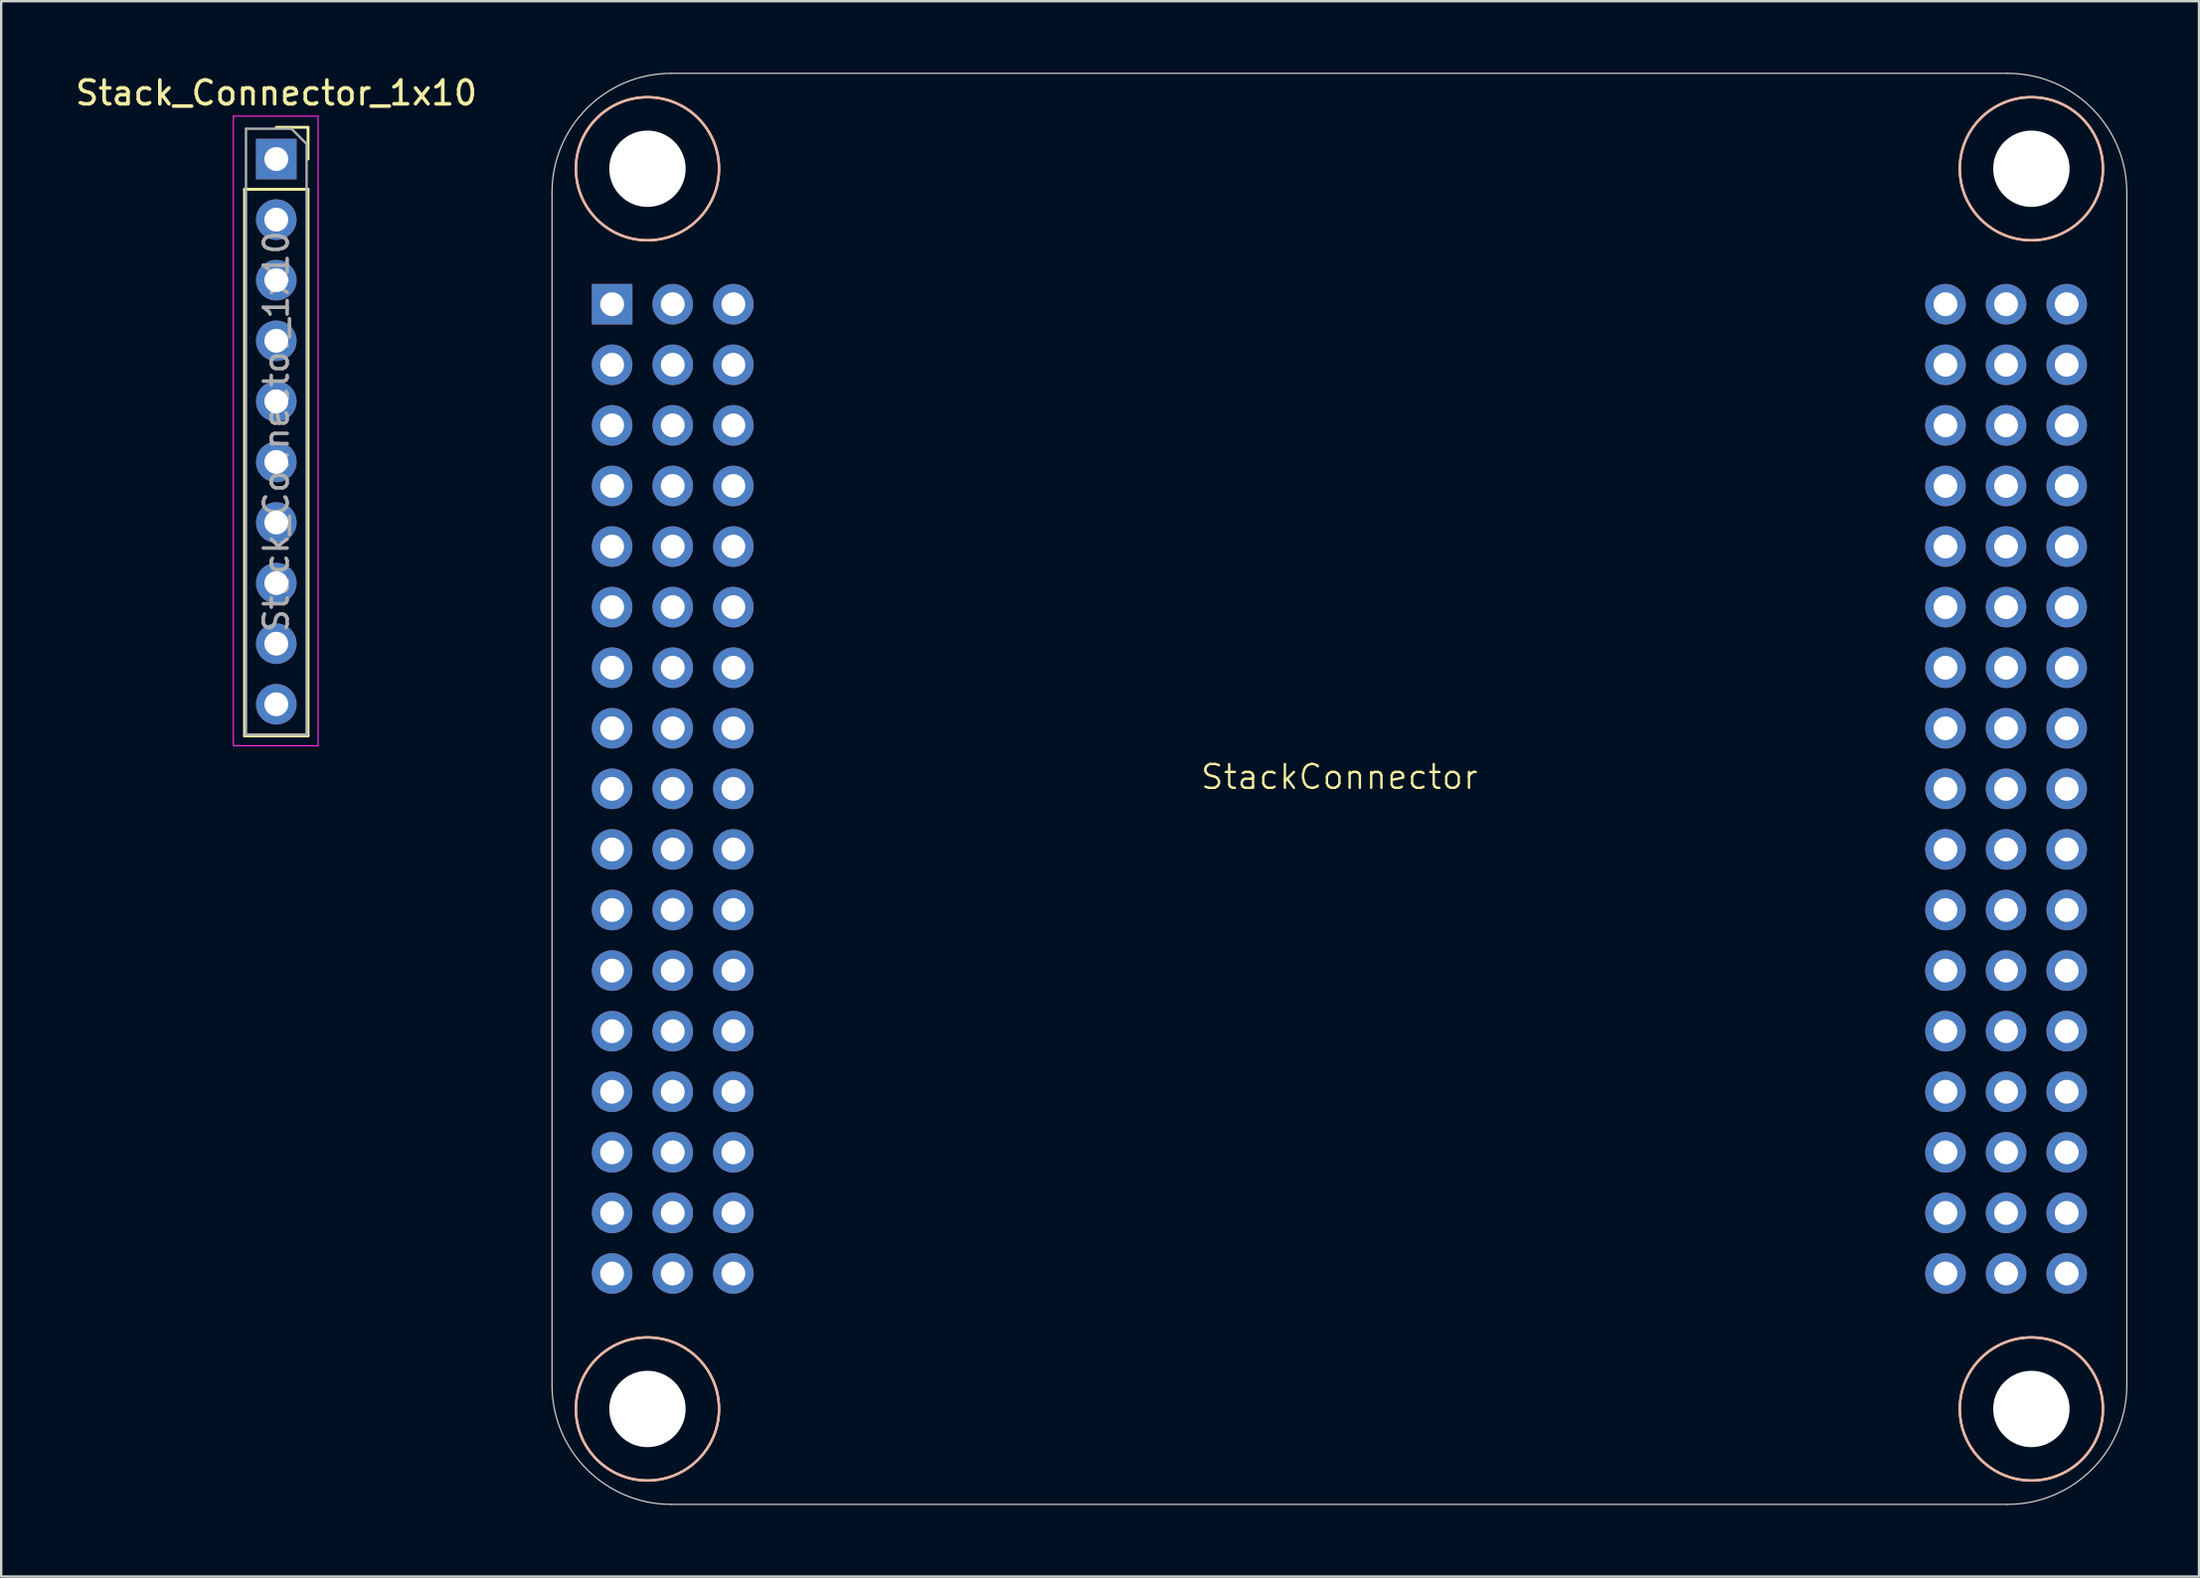
<source format=kicad_pcb>
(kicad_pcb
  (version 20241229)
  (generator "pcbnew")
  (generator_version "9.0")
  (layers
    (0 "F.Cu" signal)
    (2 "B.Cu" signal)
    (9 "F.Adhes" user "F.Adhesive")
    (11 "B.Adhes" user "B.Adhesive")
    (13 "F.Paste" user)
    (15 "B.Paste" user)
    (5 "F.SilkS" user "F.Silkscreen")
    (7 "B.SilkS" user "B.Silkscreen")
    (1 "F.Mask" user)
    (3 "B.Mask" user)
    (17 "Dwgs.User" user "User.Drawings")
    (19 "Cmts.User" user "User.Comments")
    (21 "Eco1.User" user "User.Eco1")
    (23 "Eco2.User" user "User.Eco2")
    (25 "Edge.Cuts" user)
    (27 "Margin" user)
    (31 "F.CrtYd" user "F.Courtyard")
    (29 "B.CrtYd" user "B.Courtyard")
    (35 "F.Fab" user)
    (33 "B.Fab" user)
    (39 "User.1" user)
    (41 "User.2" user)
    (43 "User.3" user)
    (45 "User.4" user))
  (footprint "StackConnector"
    (layer "F.Cu")
    (at 53.085 30.025)
    (property "Reference" "StackConnector" (at 0 -0.5 0) (unlocked yes) (layer "F.SilkS") (effects (font (size 1 1) (thickness 0.1))))
    (attr smd)
    (fp_circle (center -29 -26) (end -26 -26) (stroke (width 0.1) (type default)) (fill no) (layer "F.SilkS"))
    (fp_circle (center -29 26) (end -26 26) (stroke (width 0.1) (type default)) (fill no) (layer "F.SilkS"))
    (fp_circle (center 29 -26) (end 32 -26) (stroke (width 0.1) (type default)) (fill no) (layer "F.SilkS"))
    (fp_circle (center 29 26) (end 32 26) (stroke (width 0.1) (type default)) (fill no) (layer "F.SilkS"))
    (fp_circle (center -29 -26) (end -32 -26) (stroke (width 0.1) (type default)) (fill no) (layer "B.SilkS"))
    (fp_circle (center -29 26) (end -32 26) (stroke (width 0.1) (type default)) (fill no) (layer "B.SilkS"))
    (fp_circle (center 29 -26) (end 26 -26) (stroke (width 0.1) (type default)) (fill no) (layer "B.SilkS"))
    (fp_circle (center 29 26) (end 26 26) (stroke (width 0.1) (type default)) (fill no) (layer "B.SilkS"))
    (fp_line (start -33 25) (end -33 -25) (stroke (width 0.05) (type default)) (layer "Edge.Cuts"))
    (fp_line (start -28 -30) (end 28 -30) (stroke (width 0.05) (type default)) (layer "Edge.Cuts"))
    (fp_line (start 28 30) (end -28 30) (stroke (width 0.05) (type default)) (layer "Edge.Cuts"))
    (fp_line (start 33 -25) (end 33 25) (stroke (width 0.05) (type default)) (layer "Edge.Cuts"))
    (fp_arc (start -33 -25) (mid -31.535534 -28.535534) (end -28 -30) (stroke (width 0.05) (type default)) (layer "Edge.Cuts"))
    (fp_arc (start -28 30) (mid -31.535534 28.535534) (end -33 25) (stroke (width 0.05) (type default)) (layer "Edge.Cuts"))
    (fp_arc (start 28 -30) (mid 31.535534 -28.535534) (end 33 -25) (stroke (width 0.05) (type default)) (layer "Edge.Cuts"))
    (fp_arc (start 33 25) (mid 31.535534 28.535534) (end 28 30) (stroke (width 0.05) (type default)) (layer "Edge.Cuts"))
    (pad "" np_thru_hole circle (at -29 -26) (size 3.2 3.2) (drill 3.2) (layers "*.Cu" "*.Mask"))
    (pad "" np_thru_hole circle (at -29 26) (size 3.2 3.2) (drill 3.2) (layers "*.Cu" "*.Mask"))
    (pad "" np_thru_hole circle (at 29 -26) (size 3.2 3.2) (drill 3.2) (layers "*.Cu" "*.Mask"))
    (pad "" np_thru_hole circle (at 29 26) (size 3.2 3.2) (drill 3.2) (layers "*.Cu" "*.Mask"))
    (pad "1" thru_hole rect (at -30.48 -20.32) (size 1.7 1.7) (drill 1) (layers "*.Cu" "*.Mask"))
    (pad "2" thru_hole circle (at -30.48 -17.78) (size 1.7 1.7) (drill 1) (layers "*.Cu" "*.Mask"))
    (pad "3" thru_hole circle (at -30.48 -15.24) (size 1.7 1.7) (drill 1) (layers "*.Cu" "*.Mask"))
    (pad "4" thru_hole circle (at -30.48 -12.7) (size 1.7 1.7) (drill 1) (layers "*.Cu" "*.Mask"))
    (pad "5" thru_hole oval (at -30.48 -10.16) (size 1.7 1.7) (drill 1) (layers "*.Cu" "*.Mask"))
    (pad "6" thru_hole circle (at -30.48 -7.62) (size 1.7 1.7) (drill 1) (layers "*.Cu" "*.Mask"))
    (pad "7" thru_hole circle (at -30.48 -5.08) (size 1.7 1.7) (drill 1) (layers "*.Cu" "*.Mask"))
    (pad "8" thru_hole circle (at -30.48 -2.54) (size 1.7 1.7) (drill 1) (layers "*.Cu" "*.Mask"))
    (pad "9" thru_hole circle (at -30.48 0) (size 1.7 1.7) (drill 1) (layers "*.Cu" "*.Mask"))
    (pad "10" thru_hole circle (at -30.48 2.54) (size 1.7 1.7) (drill 1) (layers "*.Cu" "*.Mask"))
    (pad "11" thru_hole circle (at -30.48 5.08) (size 1.7 1.7) (drill 1) (layers "*.Cu" "*.Mask"))
    (pad "12" thru_hole circle (at -30.48 7.62) (size 1.7 1.7) (drill 1) (layers "*.Cu" "*.Mask"))
    (pad "13" thru_hole circle (at -30.48 10.16) (size 1.7 1.7) (drill 1) (layers "*.Cu" "*.Mask"))
    (pad "14" thru_hole circle (at -30.48 12.7) (size 1.7 1.7) (drill 1) (layers "*.Cu" "*.Mask"))
    (pad "15" thru_hole circle (at -30.48 15.24) (size 1.7 1.7) (drill 1) (layers "*.Cu" "*.Mask"))
    (pad "16" thru_hole circle (at -30.48 17.78) (size 1.7 1.7) (drill 1) (layers "*.Cu" "*.Mask"))
    (pad "17" thru_hole circle (at -30.48 20.32) (size 1.7 1.7) (drill 1) (layers "*.Cu" "*.Mask"))
    (pad "18" thru_hole circle (at -27.94 -20.32) (size 1.7 1.7) (drill 1) (layers "*.Cu" "*.Mask"))
    (pad "19" thru_hole circle (at -27.94 -17.78) (size 1.7 1.7) (drill 1) (layers "*.Cu" "*.Mask"))
    (pad "20" thru_hole circle (at -27.94 -15.24) (size 1.7 1.7) (drill 1) (layers "*.Cu" "*.Mask"))
    (pad "21" thru_hole circle (at -27.94 -12.7) (size 1.7 1.7) (drill 1) (layers "*.Cu" "*.Mask"))
    (pad "22" thru_hole oval (at -27.94 -10.16) (size 1.7 1.7) (drill 1) (layers "*.Cu" "*.Mask"))
    (pad "23" thru_hole circle (at -27.94 -7.62) (size 1.7 1.7) (drill 1) (layers "*.Cu" "*.Mask"))
    (pad "24" thru_hole circle (at -27.94 -5.08) (size 1.7 1.7) (drill 1) (layers "*.Cu" "*.Mask"))
    (pad "25" thru_hole circle (at -27.94 -2.54) (size 1.7 1.7) (drill 1) (layers "*.Cu" "*.Mask"))
    (pad "26" thru_hole circle (at -27.94 0) (size 1.7 1.7) (drill 1) (layers "*.Cu" "*.Mask"))
    (pad "27" thru_hole circle (at -27.94 2.54) (size 1.7 1.7) (drill 1) (layers "*.Cu" "*.Mask"))
    (pad "28" thru_hole circle (at -27.94 5.08) (size 1.7 1.7) (drill 1) (layers "*.Cu" "*.Mask"))
    (pad "29" thru_hole circle (at -27.94 7.62) (size 1.7 1.7) (drill 1) (layers "*.Cu" "*.Mask"))
    (pad "30" thru_hole circle (at -27.94 10.16) (size 1.7 1.7) (drill 1) (layers "*.Cu" "*.Mask"))
    (pad "31" thru_hole circle (at -27.94 12.7) (size 1.7 1.7) (drill 1) (layers "*.Cu" "*.Mask"))
    (pad "32" thru_hole circle (at -27.94 15.24) (size 1.7 1.7) (drill 1) (layers "*.Cu" "*.Mask"))
    (pad "33" thru_hole circle (at -27.94 17.78) (size 1.7 1.7) (drill 1) (layers "*.Cu" "*.Mask"))
    (pad "34" thru_hole circle (at -27.94 20.32) (size 1.7 1.7) (drill 1) (layers "*.Cu" "*.Mask"))
    (pad "35" thru_hole circle (at -25.4 -20.32) (size 1.7 1.7) (drill 1) (layers "*.Cu" "*.Mask"))
    (pad "36" thru_hole circle (at -25.4 -17.78) (size 1.7 1.7) (drill 1) (layers "*.Cu" "*.Mask"))
    (pad "37" thru_hole circle (at -25.4 -15.24) (size 1.7 1.7) (drill 1) (layers "*.Cu" "*.Mask"))
    (pad "38" thru_hole circle (at -25.4 -12.7) (size 1.7 1.7) (drill 1) (layers "*.Cu" "*.Mask"))
    (pad "39" thru_hole oval (at -25.4 -10.16) (size 1.7 1.7) (drill 1) (layers "*.Cu" "*.Mask"))
    (pad "40" thru_hole circle (at -25.4 -7.62) (size 1.7 1.7) (drill 1) (layers "*.Cu" "*.Mask"))
    (pad "41" thru_hole circle (at -25.4 -5.08) (size 1.7 1.7) (drill 1) (layers "*.Cu" "*.Mask"))
    (pad "42" thru_hole circle (at -25.4 -2.54) (size 1.7 1.7) (drill 1) (layers "*.Cu" "*.Mask"))
    (pad "43" thru_hole circle (at -25.4 0) (size 1.7 1.7) (drill 1) (layers "*.Cu" "*.Mask"))
    (pad "44" thru_hole circle (at -25.4 2.54) (size 1.7 1.7) (drill 1) (layers "*.Cu" "*.Mask"))
    (pad "45" thru_hole circle (at -25.4 5.08) (size 1.7 1.7) (drill 1) (layers "*.Cu" "*.Mask"))
    (pad "46" thru_hole circle (at -25.4 7.62) (size 1.7 1.7) (drill 1) (layers "*.Cu" "*.Mask"))
    (pad "47" thru_hole circle (at -25.4 10.16) (size 1.7 1.7) (drill 1) (layers "*.Cu" "*.Mask"))
    (pad "48" thru_hole circle (at -25.4 12.7) (size 1.7 1.7) (drill 1) (layers "*.Cu" "*.Mask"))
    (pad "49" thru_hole circle (at -25.4 15.24) (size 1.7 1.7) (drill 1) (layers "*.Cu" "*.Mask"))
    (pad "50" thru_hole circle (at -25.4 17.78) (size 1.7 1.7) (drill 1) (layers "*.Cu" "*.Mask"))
    (pad "51" thru_hole circle (at -25.4 20.32) (size 1.7 1.7) (drill 1) (layers "*.Cu" "*.Mask"))
    (pad "52" thru_hole circle (at 25.4 -20.32) (size 1.7 1.7) (drill 1) (layers "*.Cu" "*.Mask"))
    (pad "53" thru_hole circle (at 25.4 -17.78) (size 1.7 1.7) (drill 1) (layers "*.Cu" "*.Mask"))
    (pad "54" thru_hole circle (at 25.4 -15.24) (size 1.7 1.7) (drill 1) (layers "*.Cu" "*.Mask"))
    (pad "55" thru_hole circle (at 25.4 -12.7) (size 1.7 1.7) (drill 1) (layers "*.Cu" "*.Mask"))
    (pad "56" thru_hole circle (at 25.4 -10.16) (size 1.7 1.7) (drill 1) (layers "*.Cu" "*.Mask"))
    (pad "57" thru_hole circle (at 25.4 -7.62) (size 1.7 1.7) (drill 1) (layers "*.Cu" "*.Mask"))
    (pad "58" thru_hole circle (at 25.4 -5.08) (size 1.7 1.7) (drill 1) (layers "*.Cu" "*.Mask"))
    (pad "59" thru_hole circle (at 25.4 -2.54) (size 1.7 1.7) (drill 1) (layers "*.Cu" "*.Mask"))
    (pad "60" thru_hole circle (at 25.4 0) (size 1.7 1.7) (drill 1) (layers "*.Cu" "*.Mask"))
    (pad "61" thru_hole circle (at 25.4 2.54) (size 1.7 1.7) (drill 1) (layers "*.Cu" "*.Mask"))
    (pad "62" thru_hole circle (at 25.4 5.08) (size 1.7 1.7) (drill 1) (layers "*.Cu" "*.Mask"))
    (pad "63" thru_hole circle (at 25.4 7.62) (size 1.7 1.7) (drill 1) (layers "*.Cu" "*.Mask"))
    (pad "64" thru_hole circle (at 25.4 10.16) (size 1.7 1.7) (drill 1) (layers "*.Cu" "*.Mask"))
    (pad "65" thru_hole circle (at 25.4 12.7) (size 1.7 1.7) (drill 1) (layers "*.Cu" "*.Mask"))
    (pad "66" thru_hole circle (at 25.4 15.24) (size 1.7 1.7) (drill 1) (layers "*.Cu" "*.Mask"))
    (pad "67" thru_hole circle (at 25.4 17.78) (size 1.7 1.7) (drill 1) (layers "*.Cu" "*.Mask"))
    (pad "68" thru_hole circle (at 25.4 20.32) (size 1.7 1.7) (drill 1) (layers "*.Cu" "*.Mask"))
    (pad "69" thru_hole circle (at 27.94 -20.32) (size 1.7 1.7) (drill 1) (layers "*.Cu" "*.Mask"))
    (pad "70" thru_hole circle (at 27.94 -17.78) (size 1.7 1.7) (drill 1) (layers "*.Cu" "*.Mask"))
    (pad "71" thru_hole circle (at 27.94 -15.24) (size 1.7 1.7) (drill 1) (layers "*.Cu" "*.Mask"))
    (pad "72" thru_hole circle (at 27.94 -12.7) (size 1.7 1.7) (drill 1) (layers "*.Cu" "*.Mask"))
    (pad "73" thru_hole circle (at 27.94 -10.16) (size 1.7 1.7) (drill 1) (layers "*.Cu" "*.Mask"))
    (pad "74" thru_hole circle (at 27.94 -7.62) (size 1.7 1.7) (drill 1) (layers "*.Cu" "*.Mask"))
    (pad "75" thru_hole circle (at 27.94 -5.08) (size 1.7 1.7) (drill 1) (layers "*.Cu" "*.Mask"))
    (pad "76" thru_hole circle (at 27.94 -2.54) (size 1.7 1.7) (drill 1) (layers "*.Cu" "*.Mask"))
    (pad "77" thru_hole circle (at 27.94 0) (size 1.7 1.7) (drill 1) (layers "*.Cu" "*.Mask"))
    (pad "78" thru_hole circle (at 27.94 2.54) (size 1.7 1.7) (drill 1) (layers "*.Cu" "*.Mask"))
    (pad "79" thru_hole circle (at 27.94 5.08) (size 1.7 1.7) (drill 1) (layers "*.Cu" "*.Mask"))
    (pad "80" thru_hole circle (at 27.94 7.62) (size 1.7 1.7) (drill 1) (layers "*.Cu" "*.Mask"))
    (pad "81" thru_hole circle (at 27.94 10.16) (size 1.7 1.7) (drill 1) (layers "*.Cu" "*.Mask"))
    (pad "82" thru_hole circle (at 27.94 12.7) (size 1.7 1.7) (drill 1) (layers "*.Cu" "*.Mask"))
    (pad "83" thru_hole circle (at 27.94 15.24) (size 1.7 1.7) (drill 1) (layers "*.Cu" "*.Mask"))
    (pad "84" thru_hole circle (at 27.94 17.78) (size 1.7 1.7) (drill 1) (layers "*.Cu" "*.Mask"))
    (pad "85" thru_hole circle (at 27.94 20.32) (size 1.7 1.7) (drill 1) (layers "*.Cu" "*.Mask"))
    (pad "86" thru_hole circle (at 30.48 -20.32) (size 1.7 1.7) (drill 1) (layers "*.Cu" "*.Mask"))
    (pad "87" thru_hole circle (at 30.48 -17.78) (size 1.7 1.7) (drill 1) (layers "*.Cu" "*.Mask"))
    (pad "88" thru_hole circle (at 30.48 -15.24) (size 1.7 1.7) (drill 1) (layers "*.Cu" "*.Mask"))
    (pad "89" thru_hole circle (at 30.48 -12.7) (size 1.7 1.7) (drill 1) (layers "*.Cu" "*.Mask"))
    (pad "90" thru_hole circle (at 30.48 -10.16) (size 1.7 1.7) (drill 1) (layers "*.Cu" "*.Mask"))
    (pad "91" thru_hole circle (at 30.48 -7.62) (size 1.7 1.7) (drill 1) (layers "*.Cu" "*.Mask"))
    (pad "92" thru_hole circle (at 30.48 -5.08) (size 1.7 1.7) (drill 1) (layers "*.Cu" "*.Mask"))
    (pad "93" thru_hole circle (at 30.48 -2.54) (size 1.7 1.7) (drill 1) (layers "*.Cu" "*.Mask"))
    (pad "94" thru_hole circle (at 30.48 0) (size 1.7 1.7) (drill 1) (layers "*.Cu" "*.Mask"))
    (pad "95" thru_hole circle (at 30.48 2.54) (size 1.7 1.7) (drill 1) (layers "*.Cu" "*.Mask"))
    (pad "96" thru_hole circle (at 30.48 5.08) (size 1.7 1.7) (drill 1) (layers "*.Cu" "*.Mask"))
    (pad "97" thru_hole circle (at 30.48 7.62) (size 1.7 1.7) (drill 1) (layers "*.Cu" "*.Mask"))
    (pad "98" thru_hole circle (at 30.48 10.16) (size 1.7 1.7) (drill 1) (layers "*.Cu" "*.Mask"))
    (pad "99" thru_hole circle (at 30.48 12.7) (size 1.7 1.7) (drill 1) (layers "*.Cu" "*.Mask"))
    (pad "100" thru_hole circle (at 30.48 15.24) (size 1.7 1.7) (drill 1) (layers "*.Cu" "*.Mask"))
    (pad "101" thru_hole circle (at 30.48 17.78) (size 1.7 1.7) (drill 1) (layers "*.Cu" "*.Mask"))
    (pad "102" thru_hole circle (at 30.48 20.32) (size 1.7 1.7) (drill 1) (layers "*.Cu" "*.Mask")))
  (footprint "Stack_Connector_1x10"
    (layer "F.Cu")
    (at 8.53 3.618)
    (property "Reference" "Stack_Connector_1x10" (at 0 -2.77 0) (layer "F.SilkS") (effects (font (size 1 1) (thickness 0.15))))
    (attr through_hole)
    (fp_line (start -1.33 1.27) (end -1.33 24.19) (stroke (width 0.12) (type solid)) (layer "F.SilkS"))
    (fp_line (start -1.33 1.27) (end 1.33 1.27) (stroke (width 0.12) (type solid)) (layer "F.SilkS"))
    (fp_line (start -1.33 24.19) (end 1.33 24.19) (stroke (width 0.12) (type solid)) (layer "F.SilkS"))
    (fp_line (start 0 -1.33) (end 1.33 -1.33) (stroke (width 0.12) (type solid)) (layer "F.SilkS"))
    (fp_line (start 1.33 -1.33) (end 1.33 0) (stroke (width 0.12) (type solid)) (layer "F.SilkS"))
    (fp_line (start 1.33 1.27) (end 1.33 24.19) (stroke (width 0.12) (type solid)) (layer "F.SilkS"))
    (fp_line (start -1.8 -1.8) (end 1.75 -1.8) (stroke (width 0.05) (type solid)) (layer "F.CrtYd"))
    (fp_line (start -1.8 24.6) (end -1.8 -1.8) (stroke (width 0.05) (type solid)) (layer "F.CrtYd"))
    (fp_line (start 1.75 -1.8) (end 1.75 24.6) (stroke (width 0.05) (type solid)) (layer "F.CrtYd"))
    (fp_line (start 1.75 24.6) (end -1.8 24.6) (stroke (width 0.05) (type solid)) (layer "F.CrtYd"))
    (fp_line (start -1.27 -1.27) (end 0.635 -1.27) (stroke (width 0.1) (type solid)) (layer "F.Fab"))
    (fp_line (start -1.27 24.13) (end -1.27 -1.27) (stroke (width 0.1) (type solid)) (layer "F.Fab"))
    (fp_line (start 0.635 -1.27) (end 1.27 -0.635) (stroke (width 0.1) (type solid)) (layer "F.Fab"))
    (fp_line (start 1.27 -0.635) (end 1.27 24.13) (stroke (width 0.1) (type solid)) (layer "F.Fab"))
    (fp_line (start 1.27 24.13) (end -1.27 24.13) (stroke (width 0.1) (type solid)) (layer "F.Fab"))
    (fp_text user "${REFERENCE}" (at 0 11.43 90) (layer "F.Fab") (effects (font (size 1 1) (thickness 0.15))))
    (pad "1" thru_hole rect (at 0 0) (size 1.7 1.7) (drill 1) (layers "*.Cu" "*.Mask"))
    (pad "2" thru_hole circle (at 0 2.54) (size 1.7 1.7) (drill 1) (layers "*.Cu" "*.Mask"))
    (pad "3" thru_hole circle (at 0 5.08) (size 1.7 1.7) (drill 1) (layers "*.Cu" "*.Mask"))
    (pad "4" thru_hole circle (at 0 7.62) (size 1.7 1.7) (drill 1) (layers "*.Cu" "*.Mask"))
    (pad "5" thru_hole circle (at 0 10.16) (size 1.7 1.7) (drill 1) (layers "*.Cu" "*.Mask"))
    (pad "6" thru_hole circle (at 0 12.7) (size 1.7 1.7) (drill 1) (layers "*.Cu" "*.Mask"))
    (pad "7" thru_hole circle (at 0 15.24) (size 1.7 1.7) (drill 1) (layers "*.Cu" "*.Mask"))
    (pad "8" thru_hole circle (at 0 17.78) (size 1.7 1.7) (drill 1) (layers "*.Cu" "*.Mask"))
    (pad "9" thru_hole circle (at 0 20.32) (size 1.7 1.7) (drill 1) (layers "*.Cu" "*.Mask"))
    (pad "10" thru_hole circle (at 0 22.86) (size 1.7 1.7) (drill 1) (layers "*.Cu" "*.Mask")))
  (gr_rect
    (start -3 -3)
    (end 89.11 63.05)
    (stroke (width 0.1) (type default))
    (fill no)
    (layer "Edge.Cuts")))
</source>
